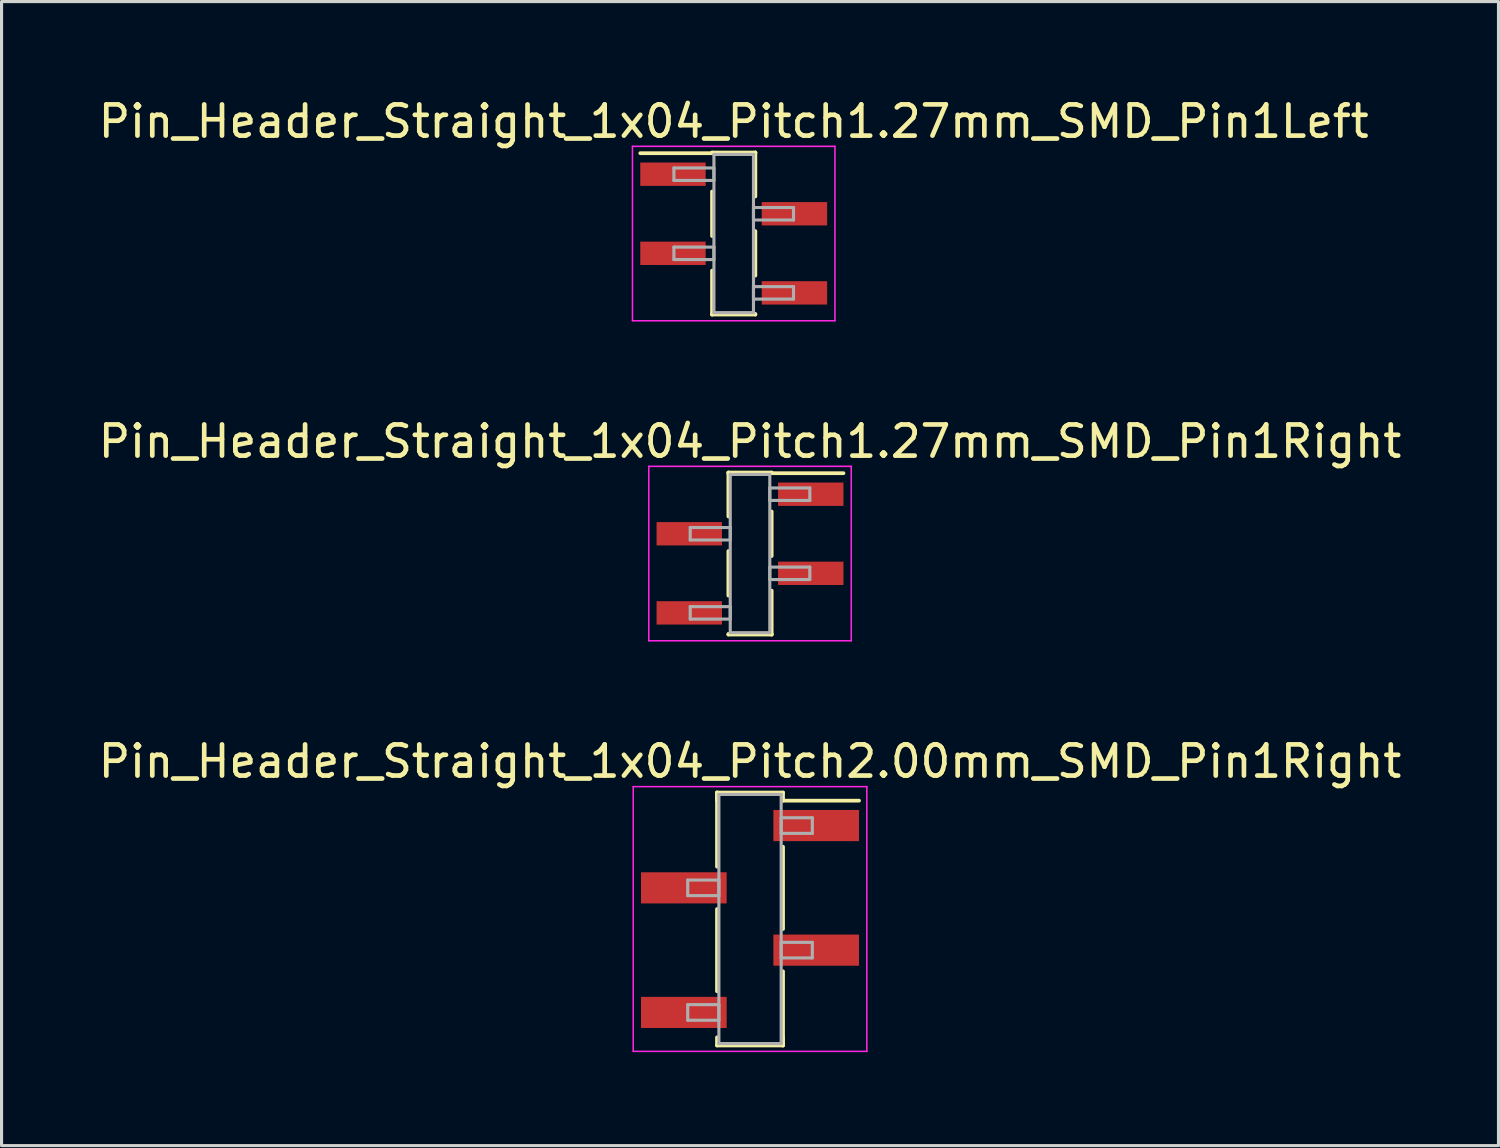
<source format=kicad_pcb>
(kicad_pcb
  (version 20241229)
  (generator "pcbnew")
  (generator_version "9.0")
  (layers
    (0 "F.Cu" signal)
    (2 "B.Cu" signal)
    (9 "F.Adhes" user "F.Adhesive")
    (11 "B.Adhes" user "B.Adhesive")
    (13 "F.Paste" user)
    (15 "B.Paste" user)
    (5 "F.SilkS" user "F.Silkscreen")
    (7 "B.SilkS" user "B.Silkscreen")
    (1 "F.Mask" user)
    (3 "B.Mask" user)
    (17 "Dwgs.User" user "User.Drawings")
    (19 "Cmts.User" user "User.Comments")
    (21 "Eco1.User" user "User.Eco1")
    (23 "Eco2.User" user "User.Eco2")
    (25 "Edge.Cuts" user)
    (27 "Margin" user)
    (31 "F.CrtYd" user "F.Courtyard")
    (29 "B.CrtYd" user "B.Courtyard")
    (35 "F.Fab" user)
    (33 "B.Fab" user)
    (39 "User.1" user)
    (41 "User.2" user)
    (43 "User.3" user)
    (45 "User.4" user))
  (footprint "Pin_Header_Straight_1x04_Pitch1.27mm_SMD_Pin1Left"
    (layer "F.Cu")
    (at 20.506 4.448)
    (property "Reference" "Pin_Header_Straight_1x04_Pitch1.27mm_SMD_Pin1Left" (at 0 -3.6 0) (layer "F.SilkS") (effects (font (size 1 1) (thickness 0.15))))
    (attr smd)
    (fp_line (start -0.695 -2.6) (end 0.695 -2.6) (stroke (width 0.12) (type solid)) (layer "F.SilkS"))
    (fp_line (start -0.695 -2.58) (end -3 -2.58) (stroke (width 0.12) (type solid)) (layer "F.SilkS"))
    (fp_line (start -0.695 -2.58) (end -0.695 -2.6) (stroke (width 0.12) (type solid)) (layer "F.SilkS"))
    (fp_line (start -0.695 -1.35) (end -0.695 0.08) (stroke (width 0.12) (type solid)) (layer "F.SilkS"))
    (fp_line (start -0.695 1.19) (end -0.695 2.6) (stroke (width 0.12) (type solid)) (layer "F.SilkS"))
    (fp_line (start -0.695 2.58) (end -0.695 2.6) (stroke (width 0.12) (type solid)) (layer "F.SilkS"))
    (fp_line (start -0.695 2.6) (end 0.695 2.6) (stroke (width 0.12) (type solid)) (layer "F.SilkS"))
    (fp_line (start 0.695 -2.6) (end 0.695 -2.58) (stroke (width 0.12) (type solid)) (layer "F.SilkS"))
    (fp_line (start 0.695 -2.6) (end 0.695 -1.19) (stroke (width 0.12) (type solid)) (layer "F.SilkS"))
    (fp_line (start 0.695 -0.08) (end 0.695 1.35) (stroke (width 0.12) (type solid)) (layer "F.SilkS"))
    (fp_line (start 0.695 2.6) (end 0.695 2.58) (stroke (width 0.12) (type solid)) (layer "F.SilkS"))
    (fp_line (start -3.25 -2.8) (end -3.25 2.8) (stroke (width 0.05) (type solid)) (layer "F.CrtYd"))
    (fp_line (start -3.25 2.8) (end 3.25 2.8) (stroke (width 0.05) (type solid)) (layer "F.CrtYd"))
    (fp_line (start 3.25 -2.8) (end -3.25 -2.8) (stroke (width 0.05) (type solid)) (layer "F.CrtYd"))
    (fp_line (start 3.25 2.8) (end 3.25 -2.8) (stroke (width 0.05) (type solid)) (layer "F.CrtYd"))
    (fp_line (start -1.92 -2.105) (end -0.635 -2.105) (stroke (width 0.1) (type solid)) (layer "F.Fab"))
    (fp_line (start -1.92 -1.705) (end -1.92 -2.105) (stroke (width 0.1) (type solid)) (layer "F.Fab"))
    (fp_line (start -1.92 0.435) (end -0.635 0.435) (stroke (width 0.1) (type solid)) (layer "F.Fab"))
    (fp_line (start -1.92 0.835) (end -1.92 0.435) (stroke (width 0.1) (type solid)) (layer "F.Fab"))
    (fp_line (start -0.635 -2.54) (end -0.635 2.54) (stroke (width 0.1) (type solid)) (layer "F.Fab"))
    (fp_line (start -0.635 -2.105) (end -0.635 -1.705) (stroke (width 0.1) (type solid)) (layer "F.Fab"))
    (fp_line (start -0.635 -1.705) (end -1.92 -1.705) (stroke (width 0.1) (type solid)) (layer "F.Fab"))
    (fp_line (start -0.635 0.435) (end -0.635 0.835) (stroke (width 0.1) (type solid)) (layer "F.Fab"))
    (fp_line (start -0.635 0.835) (end -1.92 0.835) (stroke (width 0.1) (type solid)) (layer "F.Fab"))
    (fp_line (start -0.635 2.54) (end 0.635 2.54) (stroke (width 0.1) (type solid)) (layer "F.Fab"))
    (fp_line (start 0.635 -2.54) (end -0.635 -2.54) (stroke (width 0.1) (type solid)) (layer "F.Fab"))
    (fp_line (start 0.635 -0.835) (end 0.635 -0.435) (stroke (width 0.1) (type solid)) (layer "F.Fab"))
    (fp_line (start 0.635 -0.435) (end 1.92 -0.435) (stroke (width 0.1) (type solid)) (layer "F.Fab"))
    (fp_line (start 0.635 1.705) (end 0.635 2.105) (stroke (width 0.1) (type solid)) (layer "F.Fab"))
    (fp_line (start 0.635 2.105) (end 1.92 2.105) (stroke (width 0.1) (type solid)) (layer "F.Fab"))
    (fp_line (start 0.635 2.54) (end 0.635 -2.54) (stroke (width 0.1) (type solid)) (layer "F.Fab"))
    (fp_line (start 1.92 -0.835) (end 0.635 -0.835) (stroke (width 0.1) (type solid)) (layer "F.Fab"))
    (fp_line (start 1.92 -0.435) (end 1.92 -0.835) (stroke (width 0.1) (type solid)) (layer "F.Fab"))
    (fp_line (start 1.92 1.705) (end 0.635 1.705) (stroke (width 0.1) (type solid)) (layer "F.Fab"))
    (fp_line (start 1.92 2.105) (end 1.92 1.705) (stroke (width 0.1) (type solid)) (layer "F.Fab"))
    (pad "1" smd rect (at -1.95 -1.905) (size 2.1 0.75) (layers "F.Cu" "F.Mask"))
    (pad "2" smd rect (at 1.95 -0.635) (size 2.1 0.75) (layers "F.Cu" "F.Mask"))
    (pad "3" smd rect (at -1.95 0.635) (size 2.1 0.75) (layers "F.Cu" "F.Mask"))
    (pad "4" smd rect (at 1.95 1.905) (size 2.1 0.75) (layers "F.Cu" "F.Mask")))
  (footprint "Pin_Header_Straight_1x04_Pitch1.27mm_SMD_Pin1Right"
    (layer "F.Cu")
    (at 21.03 14.722)
    (property "Reference" "Pin_Header_Straight_1x04_Pitch1.27mm_SMD_Pin1Right" (at 0 -3.6 0) (layer "F.SilkS") (effects (font (size 1 1) (thickness 0.15))))
    (attr smd)
    (fp_line (start -0.695 -2.6) (end -0.695 -1.19) (stroke (width 0.12) (type solid)) (layer "F.SilkS"))
    (fp_line (start -0.695 -2.6) (end 0.695 -2.6) (stroke (width 0.12) (type solid)) (layer "F.SilkS"))
    (fp_line (start -0.695 -2.58) (end -0.695 -2.6) (stroke (width 0.12) (type solid)) (layer "F.SilkS"))
    (fp_line (start -0.695 -0.08) (end -0.695 1.35) (stroke (width 0.12) (type solid)) (layer "F.SilkS"))
    (fp_line (start -0.695 2.58) (end -0.695 2.6) (stroke (width 0.12) (type solid)) (layer "F.SilkS"))
    (fp_line (start -0.695 2.6) (end 0.695 2.6) (stroke (width 0.12) (type solid)) (layer "F.SilkS"))
    (fp_line (start 0.695 -2.6) (end 0.695 -2.58) (stroke (width 0.12) (type solid)) (layer "F.SilkS"))
    (fp_line (start 0.695 -2.58) (end 3 -2.58) (stroke (width 0.12) (type solid)) (layer "F.SilkS"))
    (fp_line (start 0.695 -1.35) (end 0.695 0.08) (stroke (width 0.12) (type solid)) (layer "F.SilkS"))
    (fp_line (start 0.695 1.19) (end 0.695 2.6) (stroke (width 0.12) (type solid)) (layer "F.SilkS"))
    (fp_line (start 0.695 2.6) (end 0.695 2.58) (stroke (width 0.12) (type solid)) (layer "F.SilkS"))
    (fp_line (start -3.25 -2.8) (end -3.25 2.8) (stroke (width 0.05) (type solid)) (layer "F.CrtYd"))
    (fp_line (start -3.25 2.8) (end 3.25 2.8) (stroke (width 0.05) (type solid)) (layer "F.CrtYd"))
    (fp_line (start 3.25 -2.8) (end -3.25 -2.8) (stroke (width 0.05) (type solid)) (layer "F.CrtYd"))
    (fp_line (start 3.25 2.8) (end 3.25 -2.8) (stroke (width 0.05) (type solid)) (layer "F.CrtYd"))
    (fp_line (start -1.92 -0.835) (end -0.635 -0.835) (stroke (width 0.1) (type solid)) (layer "F.Fab"))
    (fp_line (start -1.92 -0.435) (end -1.92 -0.835) (stroke (width 0.1) (type solid)) (layer "F.Fab"))
    (fp_line (start -1.92 1.705) (end -0.635 1.705) (stroke (width 0.1) (type solid)) (layer "F.Fab"))
    (fp_line (start -1.92 2.105) (end -1.92 1.705) (stroke (width 0.1) (type solid)) (layer "F.Fab"))
    (fp_line (start -0.635 -2.54) (end -0.635 2.54) (stroke (width 0.1) (type solid)) (layer "F.Fab"))
    (fp_line (start -0.635 -0.835) (end -0.635 -0.435) (stroke (width 0.1) (type solid)) (layer "F.Fab"))
    (fp_line (start -0.635 -0.435) (end -1.92 -0.435) (stroke (width 0.1) (type solid)) (layer "F.Fab"))
    (fp_line (start -0.635 1.705) (end -0.635 2.105) (stroke (width 0.1) (type solid)) (layer "F.Fab"))
    (fp_line (start -0.635 2.105) (end -1.92 2.105) (stroke (width 0.1) (type solid)) (layer "F.Fab"))
    (fp_line (start -0.635 2.54) (end 0.635 2.54) (stroke (width 0.1) (type solid)) (layer "F.Fab"))
    (fp_line (start 0.635 -2.54) (end -0.635 -2.54) (stroke (width 0.1) (type solid)) (layer "F.Fab"))
    (fp_line (start 0.635 -2.105) (end 0.635 -1.705) (stroke (width 0.1) (type solid)) (layer "F.Fab"))
    (fp_line (start 0.635 -1.705) (end 1.92 -1.705) (stroke (width 0.1) (type solid)) (layer "F.Fab"))
    (fp_line (start 0.635 0.435) (end 0.635 0.835) (stroke (width 0.1) (type solid)) (layer "F.Fab"))
    (fp_line (start 0.635 0.835) (end 1.92 0.835) (stroke (width 0.1) (type solid)) (layer "F.Fab"))
    (fp_line (start 0.635 2.54) (end 0.635 -2.54) (stroke (width 0.1) (type solid)) (layer "F.Fab"))
    (fp_line (start 1.92 -2.105) (end 0.635 -2.105) (stroke (width 0.1) (type solid)) (layer "F.Fab"))
    (fp_line (start 1.92 -1.705) (end 1.92 -2.105) (stroke (width 0.1) (type solid)) (layer "F.Fab"))
    (fp_line (start 1.92 0.435) (end 0.635 0.435) (stroke (width 0.1) (type solid)) (layer "F.Fab"))
    (fp_line (start 1.92 0.835) (end 1.92 0.435) (stroke (width 0.1) (type solid)) (layer "F.Fab"))
    (pad "1" smd rect (at 1.95 -1.905) (size 2.1 0.75) (layers "F.Cu" "F.Mask"))
    (pad "2" smd rect (at -1.95 -0.635) (size 2.1 0.75) (layers "F.Cu" "F.Mask"))
    (pad "3" smd rect (at 1.95 0.635) (size 2.1 0.75) (layers "F.Cu" "F.Mask"))
    (pad "4" smd rect (at -1.95 1.905) (size 2.1 0.75) (layers "F.Cu" "F.Mask")))
  (footprint "Pin_Header_Straight_1x04_Pitch2.00mm_SMD_Pin1Right"
    (layer "F.Cu")
    (at 21.03 26.455)
    (property "Reference" "Pin_Header_Straight_1x04_Pitch2.00mm_SMD_Pin1Right" (at 0 -5.06 0) (layer "F.SilkS") (effects (font (size 1 1) (thickness 0.15))))
    (attr smd)
    (fp_line (start -1.06 -4.06) (end -1.06 -1.68) (stroke (width 0.12) (type solid)) (layer "F.SilkS"))
    (fp_line (start -1.06 -4.06) (end 1.06 -4.06) (stroke (width 0.12) (type solid)) (layer "F.SilkS"))
    (fp_line (start -1.06 -3.8) (end -1.06 -4.06) (stroke (width 0.12) (type solid)) (layer "F.SilkS"))
    (fp_line (start -1.06 -0.32) (end -1.06 2.32) (stroke (width 0.12) (type solid)) (layer "F.SilkS"))
    (fp_line (start -1.06 3.8) (end -1.06 4.06) (stroke (width 0.12) (type solid)) (layer "F.SilkS"))
    (fp_line (start -1.06 4.06) (end 1.06 4.06) (stroke (width 0.12) (type solid)) (layer "F.SilkS"))
    (fp_line (start 1.06 -4.06) (end 1.06 -3.8) (stroke (width 0.12) (type solid)) (layer "F.SilkS"))
    (fp_line (start 1.06 -3.8) (end 3.5 -3.8) (stroke (width 0.12) (type solid)) (layer "F.SilkS"))
    (fp_line (start 1.06 -2.32) (end 1.06 0.32) (stroke (width 0.12) (type solid)) (layer "F.SilkS"))
    (fp_line (start 1.06 1.68) (end 1.06 4.06) (stroke (width 0.12) (type solid)) (layer "F.SilkS"))
    (fp_line (start 1.06 4.06) (end 1.06 3.8) (stroke (width 0.12) (type solid)) (layer "F.SilkS"))
    (fp_line (start -3.75 -4.25) (end -3.75 4.25) (stroke (width 0.05) (type solid)) (layer "F.CrtYd"))
    (fp_line (start -3.75 4.25) (end 3.75 4.25) (stroke (width 0.05) (type solid)) (layer "F.CrtYd"))
    (fp_line (start 3.75 -4.25) (end -3.75 -4.25) (stroke (width 0.05) (type solid)) (layer "F.CrtYd"))
    (fp_line (start 3.75 4.25) (end 3.75 -4.25) (stroke (width 0.05) (type solid)) (layer "F.CrtYd"))
    (fp_line (start -2 -1.25) (end -1 -1.25) (stroke (width 0.1) (type solid)) (layer "F.Fab"))
    (fp_line (start -2 -0.75) (end -2 -1.25) (stroke (width 0.1) (type solid)) (layer "F.Fab"))
    (fp_line (start -2 2.75) (end -1 2.75) (stroke (width 0.1) (type solid)) (layer "F.Fab"))
    (fp_line (start -2 3.25) (end -2 2.75) (stroke (width 0.1) (type solid)) (layer "F.Fab"))
    (fp_line (start -1 -4) (end -1 4) (stroke (width 0.1) (type solid)) (layer "F.Fab"))
    (fp_line (start -1 -1.25) (end -1 -0.75) (stroke (width 0.1) (type solid)) (layer "F.Fab"))
    (fp_line (start -1 -0.75) (end -2 -0.75) (stroke (width 0.1) (type solid)) (layer "F.Fab"))
    (fp_line (start -1 2.75) (end -1 3.25) (stroke (width 0.1) (type solid)) (layer "F.Fab"))
    (fp_line (start -1 3.25) (end -2 3.25) (stroke (width 0.1) (type solid)) (layer "F.Fab"))
    (fp_line (start -1 4) (end 1 4) (stroke (width 0.1) (type solid)) (layer "F.Fab"))
    (fp_line (start 1 -4) (end -1 -4) (stroke (width 0.1) (type solid)) (layer "F.Fab"))
    (fp_line (start 1 -3.25) (end 1 -2.75) (stroke (width 0.1) (type solid)) (layer "F.Fab"))
    (fp_line (start 1 -2.75) (end 2 -2.75) (stroke (width 0.1) (type solid)) (layer "F.Fab"))
    (fp_line (start 1 0.75) (end 1 1.25) (stroke (width 0.1) (type solid)) (layer "F.Fab"))
    (fp_line (start 1 1.25) (end 2 1.25) (stroke (width 0.1) (type solid)) (layer "F.Fab"))
    (fp_line (start 1 4) (end 1 -4) (stroke (width 0.1) (type solid)) (layer "F.Fab"))
    (fp_line (start 2 -3.25) (end 1 -3.25) (stroke (width 0.1) (type solid)) (layer "F.Fab"))
    (fp_line (start 2 -2.75) (end 2 -3.25) (stroke (width 0.1) (type solid)) (layer "F.Fab"))
    (fp_line (start 2 0.75) (end 1 0.75) (stroke (width 0.1) (type solid)) (layer "F.Fab"))
    (fp_line (start 2 1.25) (end 2 0.75) (stroke (width 0.1) (type solid)) (layer "F.Fab"))
    (pad "1" smd rect (at 2.125 -3) (size 2.75 1) (layers "F.Cu" "F.Mask"))
    (pad "2" smd rect (at -2.125 -1) (size 2.75 1) (layers "F.Cu" "F.Mask"))
    (pad "3" smd rect (at 2.125 1) (size 2.75 1) (layers "F.Cu" "F.Mask"))
    (pad "4" smd rect (at -2.125 3) (size 2.75 1) (layers "F.Cu" "F.Mask")))
  (gr_rect
    (start -3 -3)
    (end 45.06 33.73)
    (stroke (width 0.1) (type default))
    (fill no)
    (layer "Edge.Cuts")))
</source>
